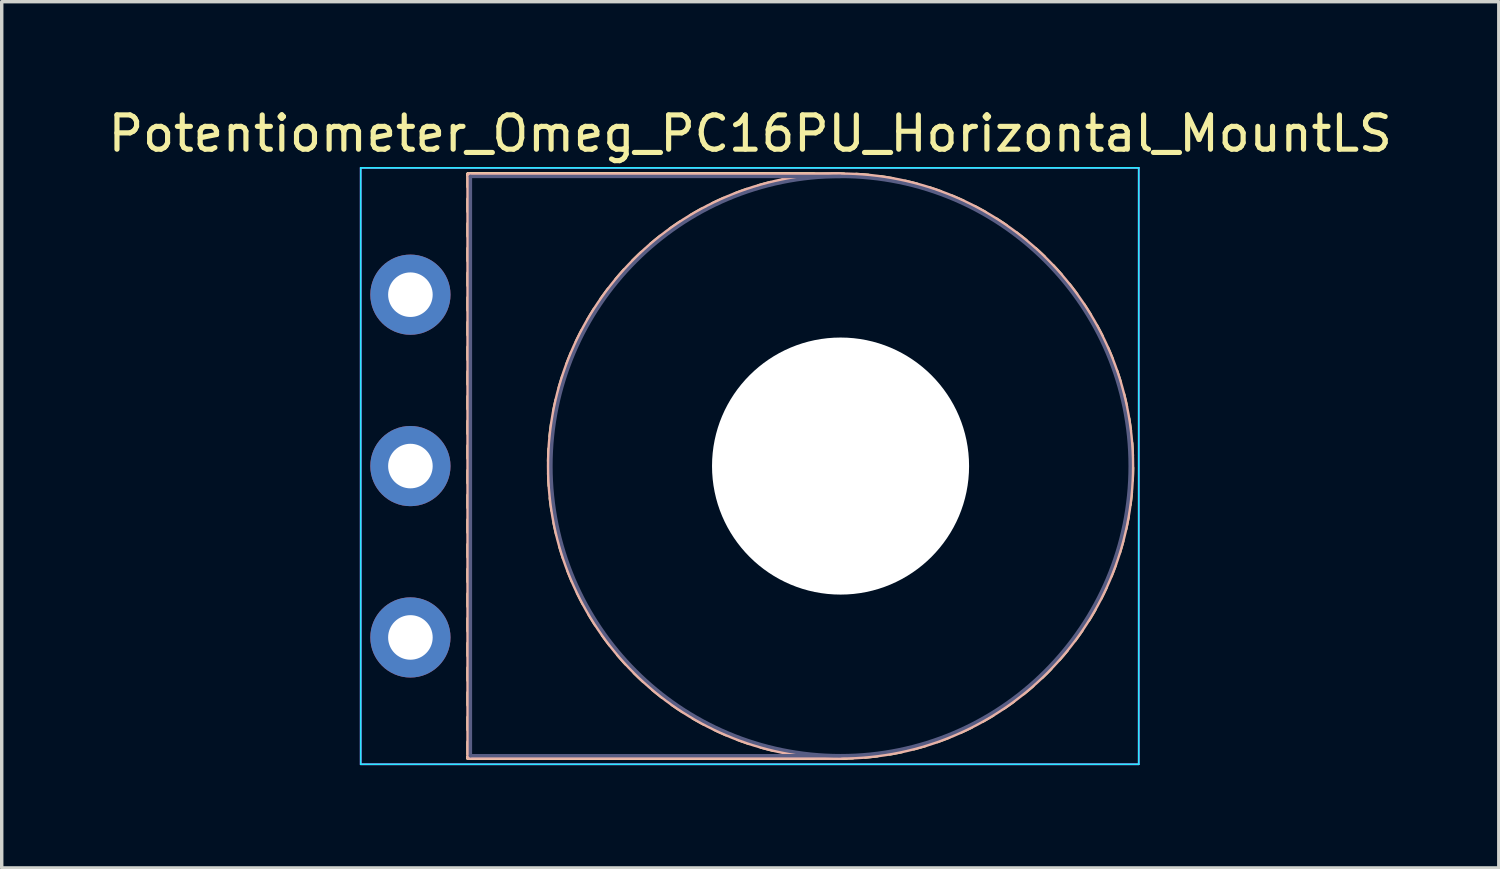
<source format=kicad_pcb>
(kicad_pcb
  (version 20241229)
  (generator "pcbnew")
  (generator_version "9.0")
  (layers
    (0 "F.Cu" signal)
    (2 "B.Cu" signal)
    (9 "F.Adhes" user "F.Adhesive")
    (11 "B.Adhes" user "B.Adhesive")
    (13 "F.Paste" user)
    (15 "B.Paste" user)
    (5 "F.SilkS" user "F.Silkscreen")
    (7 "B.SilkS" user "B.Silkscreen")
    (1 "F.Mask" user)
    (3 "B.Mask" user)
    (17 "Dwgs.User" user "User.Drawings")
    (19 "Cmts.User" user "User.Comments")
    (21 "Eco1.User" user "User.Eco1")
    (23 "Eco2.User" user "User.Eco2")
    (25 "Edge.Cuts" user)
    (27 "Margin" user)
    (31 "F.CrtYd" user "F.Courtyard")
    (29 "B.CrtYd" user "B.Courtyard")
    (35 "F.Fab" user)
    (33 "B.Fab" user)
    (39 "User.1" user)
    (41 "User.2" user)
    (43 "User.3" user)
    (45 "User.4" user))
  (footprint "Potentiometer_Omeg_PC16PU_Horizontal_MountLS"
    (layer "F.Cu")
    (at 8.924 15.548)
    (property "Reference" "Potentiometer_Omeg_PC16PU_Horizontal_MountLS" (at 9.915 -14.7 0) (layer "F.SilkS") (effects (font (size 1 1) (thickness 0.15))))
    (attr through_hole)
    (fp_line (start 1.69 -13.51) (end 1.69 -13.51) (stroke (width 0.12) (type solid)) (layer "F.SilkS"))
    (fp_line (start 1.69 -13.51) (end 1.69 -13.15) (stroke (width 0.12) (type solid)) (layer "F.SilkS"))
    (fp_line (start 1.69 -13.51) (end 2.41 -13.51) (stroke (width 0.12) (type solid)) (layer "F.SilkS"))
    (fp_line (start 1.69 -13.51) (end 3.13 -13.51) (stroke (width 0.12) (type solid)) (layer "F.SilkS"))
    (fp_line (start 1.69 -13.51) (end 3.85 -13.51) (stroke (width 0.12) (type solid)) (layer "F.SilkS"))
    (fp_line (start 1.69 -13.51) (end 4.57 -13.51) (stroke (width 0.12) (type solid)) (layer "F.SilkS"))
    (fp_line (start 1.69 -13.51) (end 5.29 -13.51) (stroke (width 0.12) (type solid)) (layer "F.SilkS"))
    (fp_line (start 1.69 -13.51) (end 6.01 -13.51) (stroke (width 0.12) (type solid)) (layer "F.SilkS"))
    (fp_line (start 1.69 -13.51) (end 6.73 -13.51) (stroke (width 0.12) (type solid)) (layer "F.SilkS"))
    (fp_line (start 1.69 -13.51) (end 7.45 -13.51) (stroke (width 0.12) (type solid)) (layer "F.SilkS"))
    (fp_line (start 1.69 -13.51) (end 8.17 -13.51) (stroke (width 0.12) (type solid)) (layer "F.SilkS"))
    (fp_line (start 1.69 -13.51) (end 8.89 -13.51) (stroke (width 0.12) (type solid)) (layer "F.SilkS"))
    (fp_line (start 1.69 -13.51) (end 9.61 -13.51) (stroke (width 0.12) (type solid)) (layer "F.SilkS"))
    (fp_line (start 1.69 -13.51) (end 10.33 -13.51) (stroke (width 0.12) (type solid)) (layer "F.SilkS"))
    (fp_line (start 1.69 -13.51) (end 11.05 -13.51) (stroke (width 0.12) (type solid)) (layer "F.SilkS"))
    (fp_line (start 1.69 -13.51) (end 11.771 -13.51) (stroke (width 0.12) (type solid)) (layer "F.SilkS"))
    (fp_line (start 1.69 -13.51) (end 12.491 -13.51) (stroke (width 0.12) (type solid)) (layer "F.SilkS"))
    (fp_line (start 1.69 -12.79) (end 1.69 -12.43) (stroke (width 0.12) (type solid)) (layer "F.SilkS"))
    (fp_line (start 1.69 -12.071) (end 1.69 -11.711) (stroke (width 0.12) (type solid)) (layer "F.SilkS"))
    (fp_line (start 1.69 -11.351) (end 1.69 -10.991) (stroke (width 0.12) (type solid)) (layer "F.SilkS"))
    (fp_line (start 1.69 -10.631) (end 1.69 -10.271) (stroke (width 0.12) (type solid)) (layer "F.SilkS"))
    (fp_line (start 1.69 -9.91) (end 1.69 -9.55) (stroke (width 0.12) (type solid)) (layer "F.SilkS"))
    (fp_line (start 1.69 -9.19) (end 1.69 -8.83) (stroke (width 0.12) (type solid)) (layer "F.SilkS"))
    (fp_line (start 1.69 -8.47) (end 1.69 -8.11) (stroke (width 0.12) (type solid)) (layer "F.SilkS"))
    (fp_line (start 1.69 -7.75) (end 1.69 -7.39) (stroke (width 0.12) (type solid)) (layer "F.SilkS"))
    (fp_line (start 1.69 -7.03) (end 1.69 -6.67) (stroke (width 0.12) (type solid)) (layer "F.SilkS"))
    (fp_line (start 1.69 -6.31) (end 1.69 -5.95) (stroke (width 0.12) (type solid)) (layer "F.SilkS"))
    (fp_line (start 1.69 -5.59) (end 1.69 -5.23) (stroke (width 0.12) (type solid)) (layer "F.SilkS"))
    (fp_line (start 1.69 -4.87) (end 1.69 -4.51) (stroke (width 0.12) (type solid)) (layer "F.SilkS"))
    (fp_line (start 1.69 -4.15) (end 1.69 -3.79) (stroke (width 0.12) (type solid)) (layer "F.SilkS"))
    (fp_line (start 1.69 -3.43) (end 1.69 -3.07) (stroke (width 0.12) (type solid)) (layer "F.SilkS"))
    (fp_line (start 1.69 -2.71) (end 1.69 -2.35) (stroke (width 0.12) (type solid)) (layer "F.SilkS"))
    (fp_line (start 1.69 -1.99) (end 1.69 -1.63) (stroke (width 0.12) (type solid)) (layer "F.SilkS"))
    (fp_line (start 1.69 -1.27) (end 1.69 -0.91) (stroke (width 0.12) (type solid)) (layer "F.SilkS"))
    (fp_line (start 1.69 -0.55) (end 1.69 -0.19) (stroke (width 0.12) (type solid)) (layer "F.SilkS"))
    (fp_line (start 1.69 0.17) (end 1.69 0.53) (stroke (width 0.12) (type solid)) (layer "F.SilkS"))
    (fp_line (start 1.69 0.89) (end 1.69 1.25) (stroke (width 0.12) (type solid)) (layer "F.SilkS"))
    (fp_line (start 1.69 1.611) (end 1.69 1.97) (stroke (width 0.12) (type solid)) (layer "F.SilkS"))
    (fp_line (start 1.69 2.331) (end 1.69 2.691) (stroke (width 0.12) (type solid)) (layer "F.SilkS"))
    (fp_line (start 1.69 3.051) (end 1.69 3.411) (stroke (width 0.12) (type solid)) (layer "F.SilkS"))
    (fp_line (start 1.69 3.51) (end 1.69 3.51) (stroke (width 0.12) (type solid)) (layer "F.SilkS"))
    (fp_line (start 1.69 3.51) (end 2.41 3.51) (stroke (width 0.12) (type solid)) (layer "F.SilkS"))
    (fp_line (start 1.69 3.51) (end 3.13 3.51) (stroke (width 0.12) (type solid)) (layer "F.SilkS"))
    (fp_line (start 1.69 3.51) (end 3.85 3.51) (stroke (width 0.12) (type solid)) (layer "F.SilkS"))
    (fp_line (start 1.69 3.51) (end 4.57 3.51) (stroke (width 0.12) (type solid)) (layer "F.SilkS"))
    (fp_line (start 1.69 3.51) (end 5.29 3.51) (stroke (width 0.12) (type solid)) (layer "F.SilkS"))
    (fp_line (start 1.69 3.51) (end 6.01 3.51) (stroke (width 0.12) (type solid)) (layer "F.SilkS"))
    (fp_line (start 1.69 3.51) (end 6.73 3.51) (stroke (width 0.12) (type solid)) (layer "F.SilkS"))
    (fp_line (start 1.69 3.51) (end 7.45 3.51) (stroke (width 0.12) (type solid)) (layer "F.SilkS"))
    (fp_line (start 1.69 3.51) (end 8.17 3.51) (stroke (width 0.12) (type solid)) (layer "F.SilkS"))
    (fp_line (start 1.69 3.51) (end 8.89 3.51) (stroke (width 0.12) (type solid)) (layer "F.SilkS"))
    (fp_line (start 1.69 3.51) (end 9.61 3.51) (stroke (width 0.12) (type solid)) (layer "F.SilkS"))
    (fp_line (start 1.69 3.51) (end 10.33 3.51) (stroke (width 0.12) (type solid)) (layer "F.SilkS"))
    (fp_line (start 1.69 3.51) (end 11.05 3.51) (stroke (width 0.12) (type solid)) (layer "F.SilkS"))
    (fp_line (start 1.69 3.51) (end 11.771 3.51) (stroke (width 0.12) (type solid)) (layer "F.SilkS"))
    (fp_line (start 1.69 3.51) (end 12.491 3.51) (stroke (width 0.12) (type solid)) (layer "F.SilkS"))
    (fp_arc (start 4.04143 -5.145826) (mid 4.04635 -5.323984) (end 4.055 -5.502) (stroke (width 0.12) (type solid)) (layer "F.SilkS"))
    (fp_arc (start 4.059591 -4.425955) (mid 4.049431 -4.603891) (end 4.043 -4.782) (stroke (width 0.12) (type solid)) (layer "F.SilkS"))
    (fp_arc (start 4.084383 -5.864255) (mid 4.104339 -6.041356) (end 4.128 -6.218) (stroke (width 0.12) (type solid)) (layer "F.SilkS"))
    (fp_arc (start 4.138615 -3.710637) (mid 4.113457 -3.887074) (end 4.092 -4.064) (stroke (width 0.12) (type solid)) (layer "F.SilkS"))
    (fp_arc (start 4.18766 -6.576204) (mid 4.222504 -6.750986) (end 4.261 -6.925) (stroke (width 0.12) (type solid)) (layer "F.SilkS"))
    (fp_arc (start 4.277335 -3.003826) (mid 4.237345 -3.177513) (end 4.201 -3.352) (stroke (width 0.12) (type solid)) (layer "F.SilkS"))
    (fp_arc (start 4.351429 -7.277677) (mid 4.400927 -7.448876) (end 4.454 -7.619) (stroke (width 0.12) (type solid)) (layer "F.SilkS"))
    (fp_arc (start 4.475457 -2.312516) (mid 4.420945 -2.482206) (end 4.37 -2.653) (stroke (width 0.12) (type solid)) (layer "F.SilkS"))
    (fp_arc (start 4.572944 -7.962554) (mid 4.636737 -8.128963) (end 4.704 -8.294) (stroke (width 0.12) (type solid)) (layer "F.SilkS"))
    (fp_arc (start 4.731858 -1.639663) (mid 4.663199 -1.804131) (end 4.598 -1.97) (stroke (width 0.12) (type solid)) (layer "F.SilkS"))
    (fp_arc (start 4.851414 -8.625797) (mid 4.929035 -8.786229) (end 5.01 -8.945) (stroke (width 0.12) (type solid)) (layer "F.SilkS"))
    (fp_arc (start 5.044288 -0.991177) (mid 4.96198 -1.149244) (end 4.883 -1.309) (stroke (width 0.12) (type solid)) (layer "F.SilkS"))
    (fp_arc (start 5.186009 -9.263368) (mid 5.276909 -9.416653) (end 5.371 -9.568) (stroke (width 0.12) (type solid)) (layer "F.SilkS"))
    (fp_arc (start 5.409582 -0.37093) (mid 5.314204 -0.521483) (end 5.222 -0.674) (stroke (width 0.12) (type solid)) (layer "F.SilkS"))
    (fp_arc (start 5.5719 -9.87106) (mid 5.675442 -10.01613) (end 5.782 -10.159) (stroke (width 0.12) (type solid)) (layer "F.SilkS"))
    (fp_arc (start 5.826531 0.216125) (mid 5.718767 0.074175) (end 5.614 -0.07) (stroke (width 0.12) (type solid)) (layer "F.SilkS"))
    (fp_arc (start 6.009297 -10.443879) (mid 6.124739 -10.579663) (end 6.243 -10.713) (stroke (width 0.12) (type solid)) (layer "F.SilkS"))
    (fp_arc (start 6.290971 0.766159) (mid 6.171586 0.633815) (end 6.055 0.499) (stroke (width 0.12) (type solid)) (layer "F.SilkS"))
    (fp_arc (start 6.492413 -10.976577) (mid 6.618906 -11.102127) (end 6.748 -11.225) (stroke (width 0.12) (type solid)) (layer "F.SilkS"))
    (fp_arc (start 6.800696 1.274259) (mid 6.670559 1.152479) (end 6.543 1.028) (stroke (width 0.12) (type solid)) (layer "F.SilkS"))
    (fp_arc (start 7.019294 -11.468072) (mid 7.155964 -11.58248) (end 7.295 -11.694) (stroke (width 0.12) (type solid)) (layer "F.SilkS"))
    (fp_arc (start 7.351581 1.737597) (mid 7.21162 1.627252) (end 7.074 1.514) (stroke (width 0.12) (type solid)) (layer "F.SilkS"))
    (fp_arc (start 7.585194 -11.912159) (mid 7.73104 -12.014618) (end 7.879 -12.114) (stroke (width 0.12) (type solid)) (layer "F.SilkS"))
    (fp_arc (start 7.939465 2.152343) (mid 7.790689 2.054219) (end 7.644 1.953) (stroke (width 0.12) (type solid)) (layer "F.SilkS"))
    (fp_arc (start 8.1872 -12.306714) (mid 8.341177 -12.396479) (end 8.497 -12.483) (stroke (width 0.12) (type solid)) (layer "F.SilkS"))
    (fp_arc (start 8.560266 2.516666) (mid 8.403724 2.431463) (end 8.249 2.343) (stroke (width 0.12) (type solid)) (layer "F.SilkS"))
    (fp_arc (start 8.820399 -12.64953) (mid 8.981417 -12.725959) (end 9.144 -12.799) (stroke (width 0.12) (type solid)) (layer "F.SilkS"))
    (fp_arc (start 9.20982 2.826738) (mid 9.046642 2.75507) (end 8.885 2.68) (stroke (width 0.12) (type solid)) (layer "F.SilkS"))
    (fp_arc (start 9.479923 -12.937401) (mid 9.646825 -12.999955) (end 9.815 -13.059) (stroke (width 0.12) (type solid)) (layer "F.SilkS"))
    (fp_arc (start 9.88309 3.081768) (mid 9.714423 3.024144) (end 9.547 2.963) (stroke (width 0.12) (type solid)) (layer "F.SilkS"))
    (fp_arc (start 10.161858 -13.16816) (mid 10.333443 -13.216382) (end 10.506 -13.261) (stroke (width 0.12) (type solid)) (layer "F.SilkS"))
    (fp_arc (start 10.574913 3.277969) (mid 10.401985 3.23479) (end 10.23 3.188) (stroke (width 0.12) (type solid)) (layer "F.SilkS"))
    (fp_arc (start 10.860252 -13.340557) (mid 11.035294 -13.374115) (end 11.211 -13.404) (stroke (width 0.12) (type solid)) (layer "F.SilkS"))
    (fp_arc (start 11.282291 3.415468) (mid 11.106329 3.387073) (end 10.931 3.355) (stroke (width 0.12) (type solid)) (layer "F.SilkS"))
    (fp_arc (start 11.571107 -13.454424) (mid 11.748378 -13.47307) (end 11.926 -13.488) (stroke (width 0.12) (type solid)) (layer "F.SilkS"))
    (fp_arc (start 11.997148 3.4926) (mid 11.819414 3.479159) (end 11.642 3.462) (stroke (width 0.12) (type solid)) (layer "F.SilkS"))
    (fp_arc (start 12.288555 -13.506513) (mid 12.466759 -13.510123) (end 12.645 -13.51) (stroke (width 0.12) (type solid)) (layer "F.SilkS"))
    (fp_arc (start 12.717444 3.508452) (mid 12.53922 3.510093) (end 12.361 3.508) (stroke (width 0.12) (type solid)) (layer "F.SilkS"))
    (fp_arc (start 12.906362 3.502535) (mid 12.72822 3.508133) (end 12.55 3.51) (stroke (width 0.12) (type solid)) (layer "F.SilkS"))
    (fp_arc (start 13.008515 -13.498655) (mid 13.186397 -13.487189) (end 13.364 -13.472) (stroke (width 0.12) (type solid)) (layer "F.SilkS"))
    (fp_arc (start 13.624474 3.442411) (mid 13.447434 3.463062) (end 13.27 3.48) (stroke (width 0.12) (type solid)) (layer "F.SilkS"))
    (fp_arc (start 13.725078 -13.4286) (mid 13.901335 -13.402143) (end 14.077 -13.372) (stroke (width 0.12) (type solid)) (layer "F.SilkS"))
    (fp_arc (start 14.334037 3.321592) (mid 14.159371 3.357129) (end 13.984 3.389) (stroke (width 0.12) (type solid)) (layer "F.SilkS"))
    (fp_arc (start 14.43312 -13.299137) (mid 14.606511 -13.25788) (end 14.779 -13.213) (stroke (width 0.12) (type solid)) (layer "F.SilkS"))
    (fp_arc (start 15.030097 3.141286) (mid 14.859055 3.19144) (end 14.687 3.238) (stroke (width 0.12) (type solid)) (layer "F.SilkS"))
    (fp_arc (start 15.127605 -13.111054) (mid 15.296905 -13.055294) (end 15.465 -12.996) (stroke (width 0.12) (type solid)) (layer "F.SilkS"))
    (fp_arc (start 15.709699 2.902617) (mid 15.543506 2.967056) (end 15.376 3.028) (stroke (width 0.12) (type solid)) (layer "F.SilkS"))
    (fp_arc (start 15.803538 -12.864142) (mid 15.967518 -12.79428) (end 16.13 -12.721) (stroke (width 0.12) (type solid)) (layer "F.SilkS"))
    (fp_arc (start 16.36589 2.60688) (mid 16.205747 2.685126) (end 16.044 2.76) (stroke (width 0.12) (type solid)) (layer "F.SilkS"))
    (fp_arc (start 16.456795 -12.561232) (mid 16.614289 -12.477756) (end 16.77 -12.391) (stroke (width 0.12) (type solid)) (layer "F.SilkS"))
    (fp_arc (start 16.9948 2.257237) (mid 16.841841 2.34873) (end 16.687 2.437) (stroke (width 0.12) (type solid)) (layer "F.SilkS"))
    (fp_arc (start 17.0813 -12.20407) (mid 17.231177 -12.107594) (end 17.379 -12.008) (stroke (width 0.12) (type solid)) (layer "F.SilkS"))
    (fp_arc (start 17.592517 1.855855) (mid 17.447833 1.959954) (end 17.301 2.061) (stroke (width 0.12) (type solid)) (layer "F.SilkS"))
    (fp_arc (start 17.673927 -11.795529) (mid 17.815118 -11.686731) (end 17.954 -11.575) (stroke (width 0.12) (type solid)) (layer "F.SilkS"))
    (fp_arc (start 18.154127 1.404942) (mid 18.018763 1.520901) (end 17.881 1.634) (stroke (width 0.12) (type solid)) (layer "F.SilkS"))
    (fp_arc (start 18.230598 -11.337438) (mid 18.362074 -11.217082) (end 18.491 -11.094) (stroke (width 0.12) (type solid)) (layer "F.SilkS"))
    (fp_arc (start 18.674803 0.908703) (mid 18.549717 1.035675) (end 18.422 1.16) (stroke (width 0.12) (type solid)) (layer "F.SilkS"))
    (fp_arc (start 18.745067 -10.835541) (mid 18.865919 -10.704522) (end 18.984 -10.571) (stroke (width 0.12) (type solid)) (layer "F.SilkS"))
    (fp_arc (start 19.152673 0.370219) (mid 19.038759 0.507317) (end 18.922 0.642) (stroke (width 0.12) (type solid)) (layer "F.SilkS"))
    (fp_arc (start 19.216292 -10.290796) (mid 19.325632 -10.150027) (end 19.432 -10.007) (stroke (width 0.12) (type solid)) (layer "F.SilkS"))
    (fp_arc (start 19.582866 -0.207302) (mid 19.480953 -0.061068) (end 19.376 0.083) (stroke (width 0.12) (type solid)) (layer "F.SilkS"))
    (fp_arc (start 19.639068 -9.707989) (mid 19.73611 -9.558494) (end 19.83 -9.407) (stroke (width 0.12) (type solid)) (layer "F.SilkS"))
    (fp_arc (start 19.962637 -0.81774) (mid 19.873425 -0.663419) (end 19.781 -0.511) (stroke (width 0.12) (type solid)) (layer "F.SilkS"))
    (fp_arc (start 20.012187 -9.092073) (mid 20.096248 -8.934899) (end 20.177 -8.776) (stroke (width 0.12) (type solid)) (layer "F.SilkS"))
    (fp_arc (start 20.289029 -1.459972) (mid 20.213195 -1.298674) (end 20.134 -1.139) (stroke (width 0.12) (type solid)) (layer "F.SilkS"))
    (fp_arc (start 20.331485 -8.446878) (mid 20.401964 -8.283159) (end 20.469 -8.118) (stroke (width 0.12) (type solid)) (layer "F.SilkS"))
    (fp_arc (start 20.56038 -2.125919) (mid 20.498433 -1.958793) (end 20.433 -1.793) (stroke (width 0.12) (type solid)) (layer "F.SilkS"))
    (fp_arc (start 20.594797 -7.776316) (mid 20.651175 -7.60723) (end 20.704 -7.437) (stroke (width 0.12) (type solid)) (layer "F.SilkS"))
    (fp_arc (start 20.774776 -2.8135) (mid 20.727182 -2.641733) (end 20.676 -2.471) (stroke (width 0.12) (type solid)) (layer "F.SilkS"))
    (fp_arc (start 20.800829 -7.08734) (mid 20.842733 -6.91409) (end 20.881 -6.74) (stroke (width 0.12) (type solid)) (layer "F.SilkS"))
    (fp_arc (start 20.930468 -3.516636) (mid 20.897565 -3.341454) (end 20.861 -3.167) (stroke (width 0.12) (type solid)) (layer "F.SilkS"))
    (fp_arc (start 20.9475 -6.381863) (mid 20.974598 -6.205696) (end 20.998 -6.029) (stroke (width 0.12) (type solid)) (layer "F.SilkS"))
    (fp_arc (start 21.02571 -4.22925) (mid 21.00771 -4.051917) (end 20.986 -3.875) (stroke (width 0.12) (type solid)) (layer "F.SilkS"))
    (fp_arc (start 21.034474 -5.667879) (mid 21.0466 -5.490047) (end 21.055 -5.312) (stroke (width 0.12) (type solid)) (layer "F.SilkS"))
    (fp_arc (start 21.060628 -4.948343) (mid 21.05768 -4.770121) (end 21.051 -4.592) (stroke (width 0.12) (type solid)) (layer "F.SilkS"))
    (fp_line (start 1.69 -13.51) (end 1.69 3.51) (stroke (width 0.12) (type solid)) (layer "B.SilkS"))
    (fp_line (start 1.69 -13.51) (end 12.55 -13.51) (stroke (width 0.12) (type solid)) (layer "B.SilkS"))
    (fp_line (start 1.69 3.51) (end 12.55 3.51) (stroke (width 0.12) (type solid)) (layer "B.SilkS"))
    (fp_circle (center 12.55 -5) (end 21.06 -5) (stroke (width 0.12) (type solid)) (fill no) (layer "B.SilkS"))
    (fp_line (start -1.45 -13.7) (end -1.45 3.7) (stroke (width 0.05) (type solid)) (layer "B.CrtYd"))
    (fp_line (start -1.45 3.7) (end 21.25 3.7) (stroke (width 0.05) (type solid)) (layer "B.CrtYd"))
    (fp_line (start 21.25 -13.7) (end -1.45 -13.7) (stroke (width 0.05) (type solid)) (layer "B.CrtYd"))
    (fp_line (start 21.25 3.7) (end 21.25 -13.7) (stroke (width 0.05) (type solid)) (layer "B.CrtYd"))
    (fp_line (start -1.45 -13.7) (end -1.45 3.7) (stroke (width 0.05) (type solid)) (layer "F.CrtYd"))
    (fp_line (start -1.45 3.7) (end 21.25 3.7) (stroke (width 0.05) (type solid)) (layer "F.CrtYd"))
    (fp_line (start 21.25 -13.7) (end -1.45 -13.7) (stroke (width 0.05) (type solid)) (layer "F.CrtYd"))
    (fp_line (start 21.25 3.7) (end 21.25 -13.7) (stroke (width 0.05) (type solid)) (layer "F.CrtYd"))
    (fp_line (start 1.75 -13.45) (end 1.75 3.45) (stroke (width 0.1) (type solid)) (layer "B.Fab"))
    (fp_line (start 1.75 3.45) (end 12.55 3.45) (stroke (width 0.1) (type solid)) (layer "B.Fab"))
    (fp_line (start 12.55 -13.45) (end 1.75 -13.45) (stroke (width 0.1) (type solid)) (layer "B.Fab"))
    (fp_circle (center 12.55 -5) (end 14.55 -5) (stroke (width 0.1) (type solid)) (fill no) (layer "B.Fab"))
    (fp_circle (center 12.55 -5) (end 16.05 -5) (stroke (width 0.1) (type solid)) (fill no) (layer "B.Fab"))
    (fp_circle (center 12.55 -5) (end 21 -5) (stroke (width 0.1) (type solid)) (fill no) (layer "B.Fab"))
    (pad "" np_thru_hole circle (at 12.55 -5) (size 7.5 7.5) (drill 7.5) (layers "*.Cu" "*.Mask"))
    (pad "1" thru_hole circle (at 0 0) (size 2.34 2.34) (drill 1.3) (layers "*.Cu" "*.Mask"))
    (pad "2" thru_hole circle (at 0 -5) (size 2.34 2.34) (drill 1.3) (layers "*.Cu" "*.Mask"))
    (pad "3" thru_hole circle (at 0 -10) (size 2.34 2.34) (drill 1.3) (layers "*.Cu" "*.Mask")))
  (gr_rect
    (start -3 -3)
    (end 40.679 22.273)
    (stroke (width 0.1) (type default))
    (fill no)
    (layer "Edge.Cuts")))
</source>
